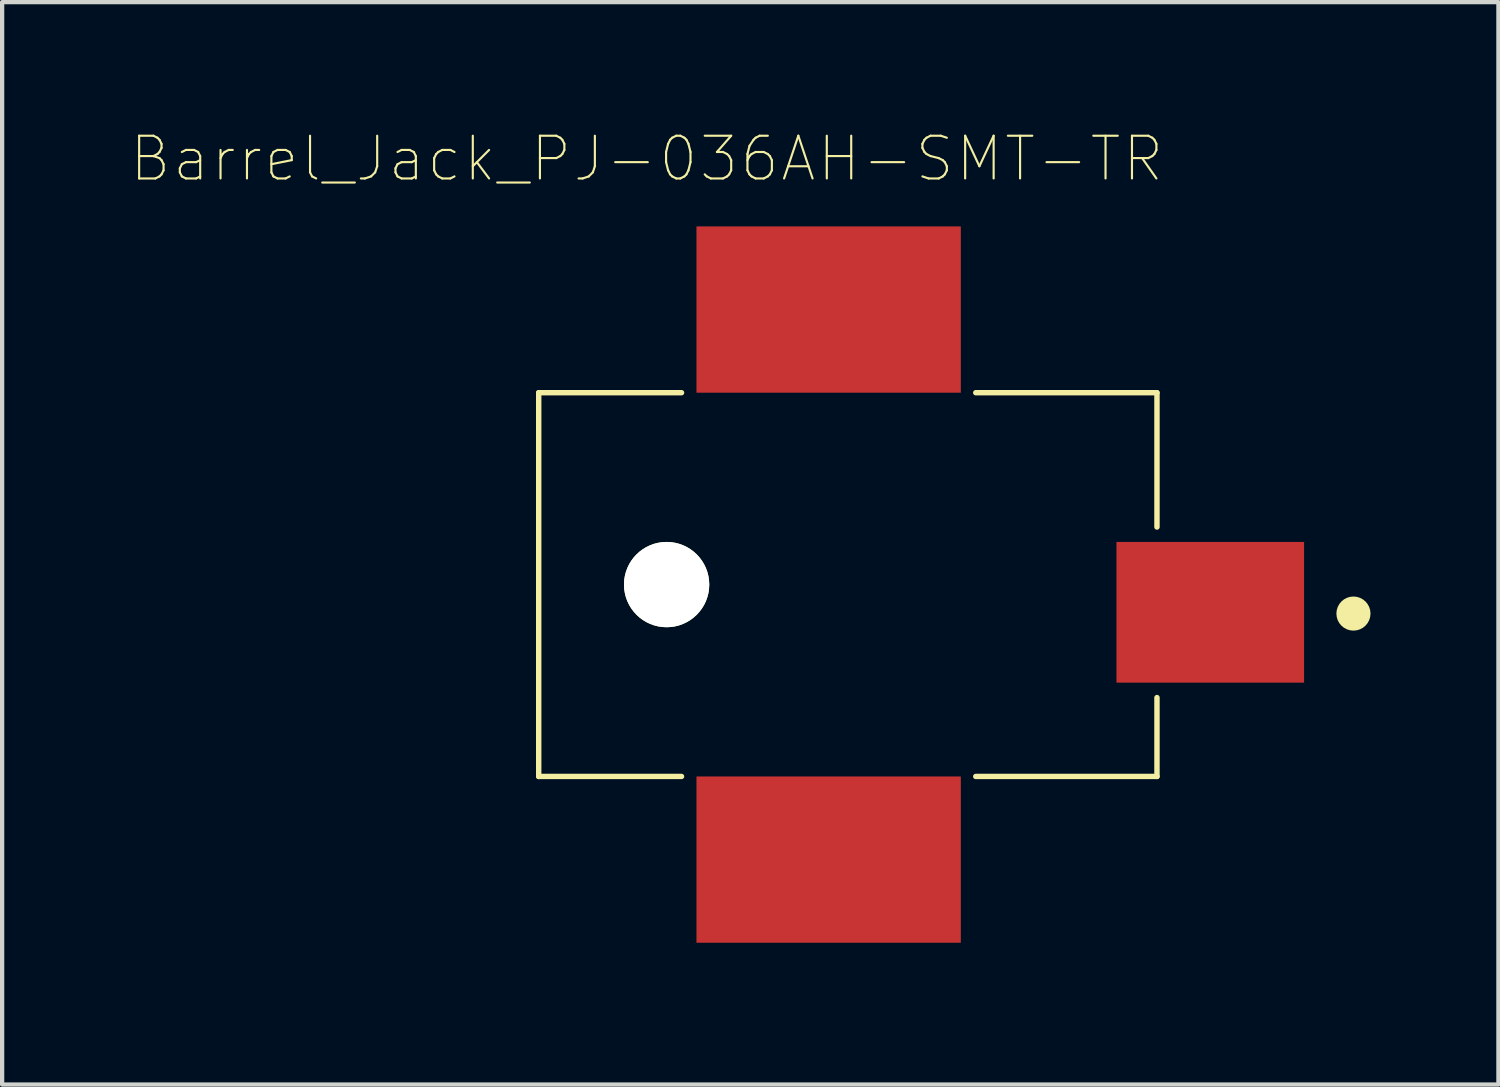
<source format=kicad_pcb>
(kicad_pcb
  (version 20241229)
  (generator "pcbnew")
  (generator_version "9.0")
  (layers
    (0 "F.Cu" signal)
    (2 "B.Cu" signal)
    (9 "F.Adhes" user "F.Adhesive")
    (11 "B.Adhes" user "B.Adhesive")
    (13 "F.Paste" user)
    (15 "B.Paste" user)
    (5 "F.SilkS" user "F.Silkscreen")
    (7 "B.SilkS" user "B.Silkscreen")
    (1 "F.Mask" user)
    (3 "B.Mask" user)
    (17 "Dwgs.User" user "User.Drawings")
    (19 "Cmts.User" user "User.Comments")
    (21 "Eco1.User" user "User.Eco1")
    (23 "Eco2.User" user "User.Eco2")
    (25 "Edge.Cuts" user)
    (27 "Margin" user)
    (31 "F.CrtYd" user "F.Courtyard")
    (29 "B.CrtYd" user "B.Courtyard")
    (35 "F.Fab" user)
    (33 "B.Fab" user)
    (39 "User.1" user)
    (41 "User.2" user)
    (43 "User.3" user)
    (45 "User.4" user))
  (footprint "Barrel_Jack_PJ-036AH-SMT-TR"
    (layer "F.Cu")
    (at 25.334 11.31)
    (property "Reference" "Barrel_Jack_PJ-036AH-SMT-TR" (at -13.216 -10.636 0) (layer "F.SilkS") (effects (font (size 1.002 1.002) (thickness 0.05))))
    (attr smd)
    (fp_line (start -15.75 -5.15) (end -15.75 3.85) (stroke (width 0.127) (type solid)) (layer "F.SilkS"))
    (fp_line (start -15.75 3.85) (end -12.4 3.85) (stroke (width 0.127) (type solid)) (layer "F.SilkS"))
    (fp_line (start -12.4 -5.15) (end -15.75 -5.15) (stroke (width 0.127) (type solid)) (layer "F.SilkS"))
    (fp_line (start -5.5 3.85) (end -1.25 3.85) (stroke (width 0.127) (type solid)) (layer "F.SilkS"))
    (fp_line (start -1.25 -5.15) (end -5.5 -5.15) (stroke (width 0.127) (type solid)) (layer "F.SilkS"))
    (fp_line (start -1.25 -2) (end -1.25 -5.15) (stroke (width 0.127) (type solid)) (layer "F.SilkS"))
    (fp_line (start -1.25 3.85) (end -1.25 2) (stroke (width 0.127) (type solid)) (layer "F.SilkS"))
    (fp_circle (center 3.358 0.03) (end 3.558 0.03) (stroke (width 0.4) (type solid)) (fill no) (layer "F.SilkS"))
    (fp_line (start -16 -5.4) (end -16 4.1) (stroke (width 0.05) (type solid)) (layer "Eco1.User"))
    (fp_line (start -16 4.1) (end -12.35 4.1) (stroke (width 0.05) (type solid)) (layer "Eco1.User"))
    (fp_line (start -12.35 4.1) (end -12.35 8.05) (stroke (width 0.05) (type solid)) (layer "Eco1.User"))
    (fp_line (start -12.35 8.05) (end -5.55 8.05) (stroke (width 0.05) (type solid)) (layer "Eco1.User"))
    (fp_line (start -12.3 -9.3) (end -5.6 -9.3) (stroke (width 0.05) (type solid)) (layer "Eco1.User"))
    (fp_line (start -12.3 -5.4) (end -16 -5.4) (stroke (width 0.05) (type solid)) (layer "Eco1.User"))
    (fp_line (start -12.3 -5.4) (end -12.3 -9.3) (stroke (width 0.05) (type solid)) (layer "Eco1.User"))
    (fp_line (start -5.6 -9.3) (end -5.6 -5.4) (stroke (width 0.05) (type solid)) (layer "Eco1.User"))
    (fp_line (start -5.55 4.1) (end -1 4.1) (stroke (width 0.05) (type solid)) (layer "Eco1.User"))
    (fp_line (start -5.55 8.05) (end -5.55 4.1) (stroke (width 0.05) (type solid)) (layer "Eco1.User"))
    (fp_line (start -1 -5.4) (end -5.6 -5.4) (stroke (width 0.05) (type solid)) (layer "Eco1.User"))
    (fp_line (start -1 -1.9) (end -1 -5.4) (stroke (width 0.05) (type solid)) (layer "Eco1.User"))
    (fp_line (start -1 -1.9) (end 2.5 -1.9) (stroke (width 0.05) (type solid)) (layer "Eco1.User"))
    (fp_line (start -1 4.1) (end -1 1.9) (stroke (width 0.05) (type solid)) (layer "Eco1.User"))
    (fp_line (start 2.5 -1.9) (end 2.5 1.9) (stroke (width 0.05) (type solid)) (layer "Eco1.User"))
    (fp_line (start 2.5 1.9) (end -1 1.9) (stroke (width 0.05) (type solid)) (layer "Eco1.User"))
    (fp_line (start -15.75 -5.15) (end -15.75 3.85) (stroke (width 0.127) (type solid)) (layer "Eco2.User"))
    (fp_line (start -15.75 3.85) (end -1.25 3.85) (stroke (width 0.127) (type solid)) (layer "Eco2.User"))
    (fp_line (start -1.25 -5.15) (end -15.75 -5.15) (stroke (width 0.127) (type solid)) (layer "Eco2.User"))
    (fp_line (start -1.25 3.85) (end -1.25 -5.15) (stroke (width 0.127) (type solid)) (layer "Eco2.User"))
    (fp_circle (center 3.358 0.03) (end 3.558 0.03) (stroke (width 0.4) (type solid)) (fill no) (layer "Eco2.User"))
    (pad "" np_thru_hole circle (at -12.75 -0.65) (size 2 2) (drill 2) (layers "*.Cu" "*.Mask" "F.SilkS"))
    (pad "1" smd rect (at 0 0 90) (size 3.3 4.4) (layers "F.Cu" "F.Mask" "F.Paste"))
    (pad "2" smd rect (at -8.95 -7.1 180) (size 6.2 3.9) (layers "F.Cu" "F.Mask" "F.Paste"))
    (pad "3" smd rect (at -8.95 5.8) (size 6.2 3.9) (layers "F.Cu" "F.Mask" "F.Paste")))
  (gr_rect
    (start -3 -3)
    (end 32.092 22.385)
    (stroke (width 0.1) (type default))
    (fill no)
    (layer "Edge.Cuts")))
</source>
